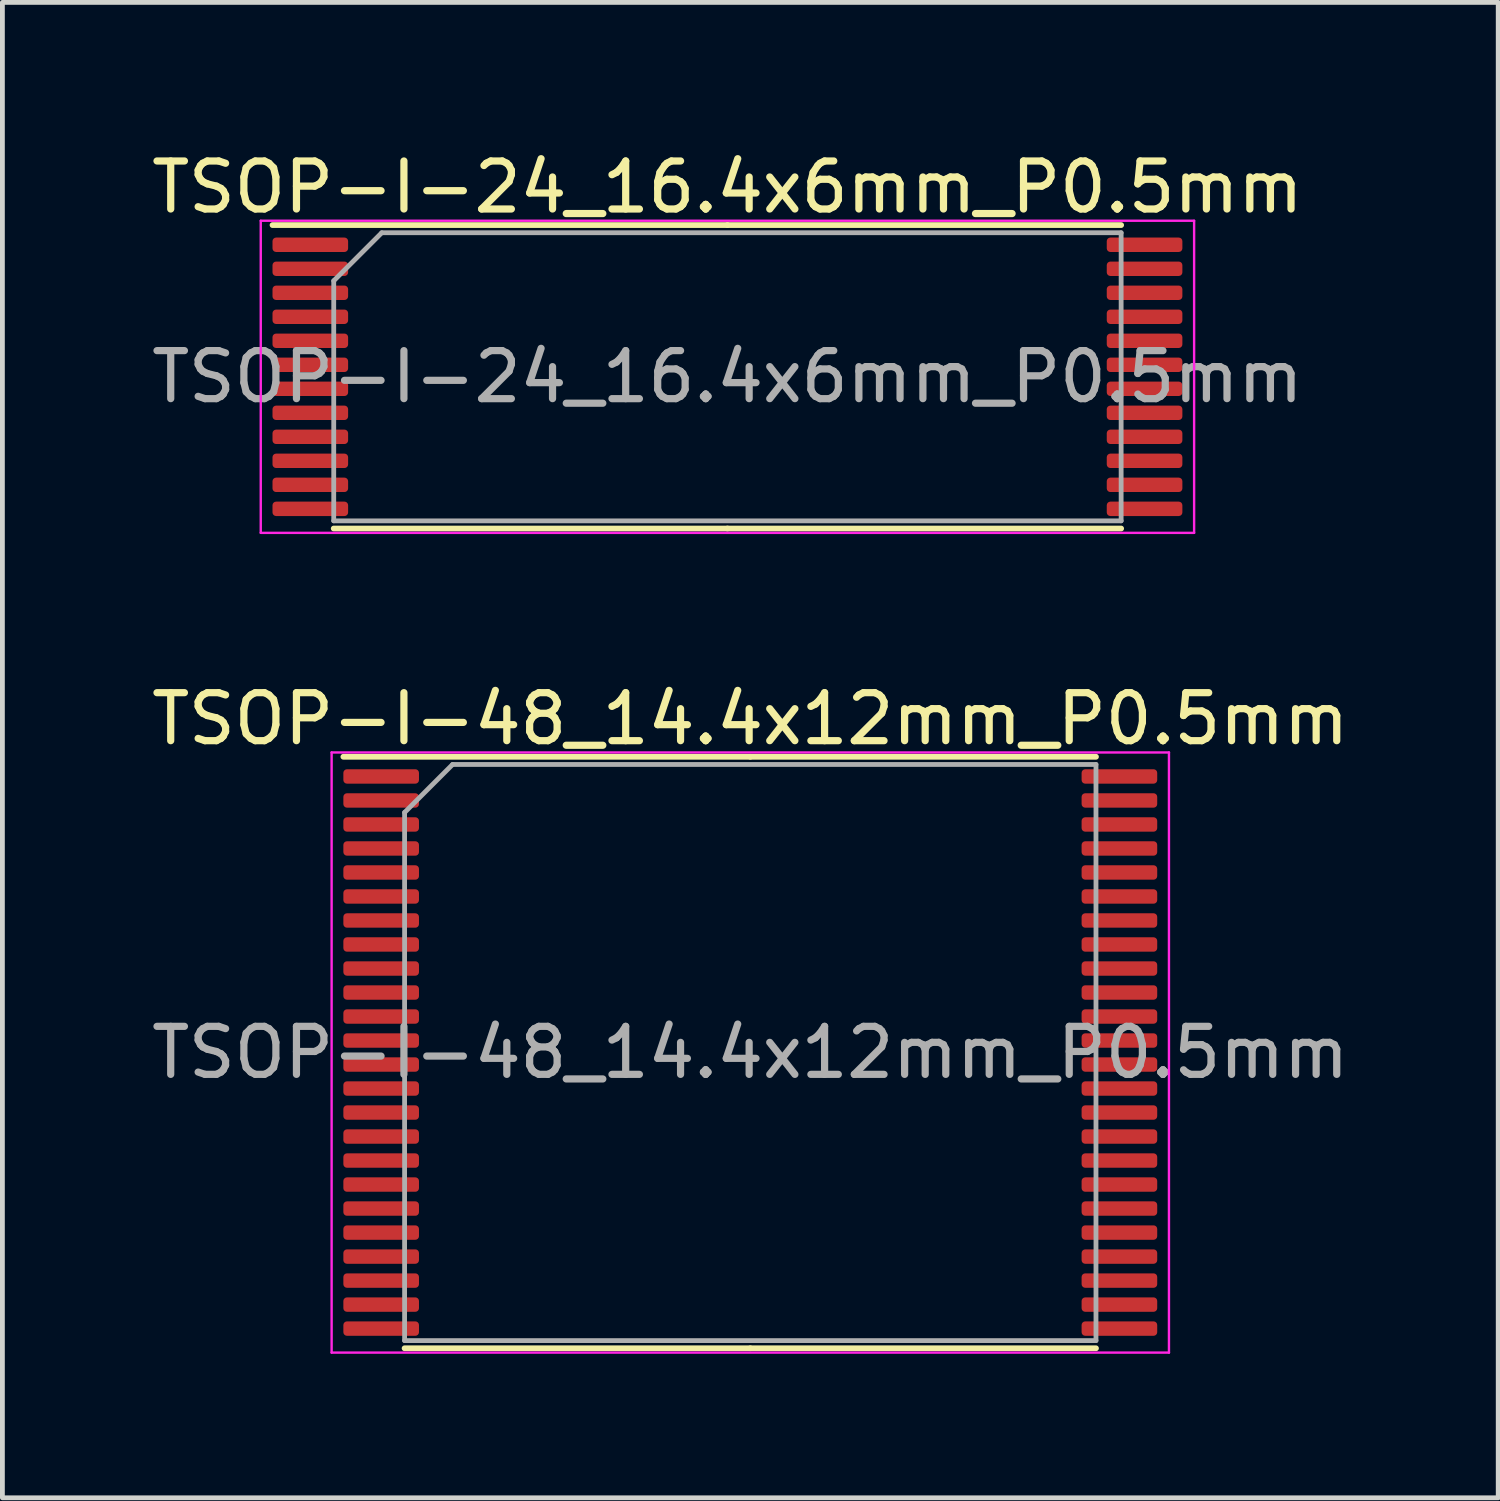
<source format=kicad_pcb>
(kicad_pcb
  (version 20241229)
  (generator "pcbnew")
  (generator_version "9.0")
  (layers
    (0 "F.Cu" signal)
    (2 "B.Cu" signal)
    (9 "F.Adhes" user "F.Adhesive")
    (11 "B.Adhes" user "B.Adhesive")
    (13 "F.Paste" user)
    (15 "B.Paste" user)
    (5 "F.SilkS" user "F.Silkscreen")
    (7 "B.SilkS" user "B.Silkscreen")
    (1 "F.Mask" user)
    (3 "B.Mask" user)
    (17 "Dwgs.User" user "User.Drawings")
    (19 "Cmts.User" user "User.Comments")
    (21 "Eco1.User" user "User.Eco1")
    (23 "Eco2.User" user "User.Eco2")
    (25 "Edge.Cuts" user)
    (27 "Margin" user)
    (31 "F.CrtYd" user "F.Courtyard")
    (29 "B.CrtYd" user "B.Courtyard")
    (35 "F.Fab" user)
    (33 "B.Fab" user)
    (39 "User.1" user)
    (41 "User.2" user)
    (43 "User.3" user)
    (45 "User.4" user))
  (footprint "TSOP-I-24_16.4x6mm_P0.5mm"
    (layer "F.Cu")
    (at 12.101 4.798)
    (property "Reference" "TSOP-I-24_16.4x6mm_P0.5mm" (at 0 -3.95 0) (layer "F.SilkS") (effects (font (size 1 1) (thickness 0.15))))
    (attr smd)
    (fp_line (start 0 -3.16) (end -9.475 -3.16) (stroke (width 0.12) (type solid)) (layer "F.SilkS"))
    (fp_line (start 0 -3.16) (end 8.2 -3.16) (stroke (width 0.12) (type solid)) (layer "F.SilkS"))
    (fp_line (start 0 3.16) (end -8.2 3.16) (stroke (width 0.12) (type solid)) (layer "F.SilkS"))
    (fp_line (start 0 3.16) (end 8.2 3.16) (stroke (width 0.12) (type solid)) (layer "F.SilkS"))
    (fp_line (start -9.72 -3.25) (end -9.72 3.25) (stroke (width 0.05) (type solid)) (layer "F.CrtYd"))
    (fp_line (start -9.72 3.25) (end 9.72 3.25) (stroke (width 0.05) (type solid)) (layer "F.CrtYd"))
    (fp_line (start 9.72 -3.25) (end -9.72 -3.25) (stroke (width 0.05) (type solid)) (layer "F.CrtYd"))
    (fp_line (start 9.72 3.25) (end 9.72 -3.25) (stroke (width 0.05) (type solid)) (layer "F.CrtYd"))
    (fp_line (start -8.2 -2) (end -7.2 -3) (stroke (width 0.1) (type solid)) (layer "F.Fab"))
    (fp_line (start -8.2 3) (end -8.2 -2) (stroke (width 0.1) (type solid)) (layer "F.Fab"))
    (fp_line (start -7.2 -3) (end 8.2 -3) (stroke (width 0.1) (type solid)) (layer "F.Fab"))
    (fp_line (start 8.2 -3) (end 8.2 3) (stroke (width 0.1) (type solid)) (layer "F.Fab"))
    (fp_line (start 8.2 3) (end -8.2 3) (stroke (width 0.1) (type solid)) (layer "F.Fab"))
    (fp_text user "${REFERENCE}" (at 0 0 0) (layer "F.Fab") (effects (font (size 1 1) (thickness 0.15))))
    (pad "1" smd roundrect (at -8.688 -2.75) (size 1.575 0.3) (layers "F.Cu" "F.Mask" "F.Paste") (roundrect_rratio 0.25))
    (pad "2" smd roundrect (at -8.688 -2.25) (size 1.575 0.3) (layers "F.Cu" "F.Mask" "F.Paste") (roundrect_rratio 0.25))
    (pad "3" smd roundrect (at -8.688 -1.75) (size 1.575 0.3) (layers "F.Cu" "F.Mask" "F.Paste") (roundrect_rratio 0.25))
    (pad "4" smd roundrect (at -8.688 -1.25) (size 1.575 0.3) (layers "F.Cu" "F.Mask" "F.Paste") (roundrect_rratio 0.25))
    (pad "5" smd roundrect (at -8.688 -0.75) (size 1.575 0.3) (layers "F.Cu" "F.Mask" "F.Paste") (roundrect_rratio 0.25))
    (pad "6" smd roundrect (at -8.688 -0.25) (size 1.575 0.3) (layers "F.Cu" "F.Mask" "F.Paste") (roundrect_rratio 0.25))
    (pad "7" smd roundrect (at -8.688 0.25) (size 1.575 0.3) (layers "F.Cu" "F.Mask" "F.Paste") (roundrect_rratio 0.25))
    (pad "8" smd roundrect (at -8.688 0.75) (size 1.575 0.3) (layers "F.Cu" "F.Mask" "F.Paste") (roundrect_rratio 0.25))
    (pad "9" smd roundrect (at -8.688 1.25) (size 1.575 0.3) (layers "F.Cu" "F.Mask" "F.Paste") (roundrect_rratio 0.25))
    (pad "10" smd roundrect (at -8.688 1.75) (size 1.575 0.3) (layers "F.Cu" "F.Mask" "F.Paste") (roundrect_rratio 0.25))
    (pad "11" smd roundrect (at -8.688 2.25) (size 1.575 0.3) (layers "F.Cu" "F.Mask" "F.Paste") (roundrect_rratio 0.25))
    (pad "12" smd roundrect (at -8.688 2.75) (size 1.575 0.3) (layers "F.Cu" "F.Mask" "F.Paste") (roundrect_rratio 0.25))
    (pad "13" smd roundrect (at 8.688 2.75) (size 1.575 0.3) (layers "F.Cu" "F.Mask" "F.Paste") (roundrect_rratio 0.25))
    (pad "14" smd roundrect (at 8.688 2.25) (size 1.575 0.3) (layers "F.Cu" "F.Mask" "F.Paste") (roundrect_rratio 0.25))
    (pad "15" smd roundrect (at 8.688 1.75) (size 1.575 0.3) (layers "F.Cu" "F.Mask" "F.Paste") (roundrect_rratio 0.25))
    (pad "16" smd roundrect (at 8.688 1.25) (size 1.575 0.3) (layers "F.Cu" "F.Mask" "F.Paste") (roundrect_rratio 0.25))
    (pad "17" smd roundrect (at 8.688 0.75) (size 1.575 0.3) (layers "F.Cu" "F.Mask" "F.Paste") (roundrect_rratio 0.25))
    (pad "18" smd roundrect (at 8.688 0.25) (size 1.575 0.3) (layers "F.Cu" "F.Mask" "F.Paste") (roundrect_rratio 0.25))
    (pad "19" smd roundrect (at 8.688 -0.25) (size 1.575 0.3) (layers "F.Cu" "F.Mask" "F.Paste") (roundrect_rratio 0.25))
    (pad "20" smd roundrect (at 8.688 -0.75) (size 1.575 0.3) (layers "F.Cu" "F.Mask" "F.Paste") (roundrect_rratio 0.25))
    (pad "21" smd roundrect (at 8.688 -1.25) (size 1.575 0.3) (layers "F.Cu" "F.Mask" "F.Paste") (roundrect_rratio 0.25))
    (pad "22" smd roundrect (at 8.688 -1.75) (size 1.575 0.3) (layers "F.Cu" "F.Mask" "F.Paste") (roundrect_rratio 0.25))
    (pad "23" smd roundrect (at 8.688 -2.25) (size 1.575 0.3) (layers "F.Cu" "F.Mask" "F.Paste") (roundrect_rratio 0.25))
    (pad "24" smd roundrect (at 8.688 -2.75) (size 1.575 0.3) (layers "F.Cu" "F.Mask" "F.Paste") (roundrect_rratio 0.25)))
  (footprint "TSOP-I-48_14.4x12mm_P0.5mm"
    (layer "F.Cu")
    (at 12.577 18.872)
    (property "Reference" "TSOP-I-48_14.4x12mm_P0.5mm" (at 0 -6.95 0) (layer "F.SilkS") (effects (font (size 1 1) (thickness 0.15))))
    (attr smd)
    (fp_line (start 0 -6.16) (end -8.475 -6.16) (stroke (width 0.12) (type solid)) (layer "F.SilkS"))
    (fp_line (start 0 -6.16) (end 7.2 -6.16) (stroke (width 0.12) (type solid)) (layer "F.SilkS"))
    (fp_line (start 0 6.16) (end -7.2 6.16) (stroke (width 0.12) (type solid)) (layer "F.SilkS"))
    (fp_line (start 0 6.16) (end 7.2 6.16) (stroke (width 0.12) (type solid)) (layer "F.SilkS"))
    (fp_line (start -8.72 -6.25) (end -8.72 6.25) (stroke (width 0.05) (type solid)) (layer "F.CrtYd"))
    (fp_line (start -8.72 6.25) (end 8.72 6.25) (stroke (width 0.05) (type solid)) (layer "F.CrtYd"))
    (fp_line (start 8.72 -6.25) (end -8.72 -6.25) (stroke (width 0.05) (type solid)) (layer "F.CrtYd"))
    (fp_line (start 8.72 6.25) (end 8.72 -6.25) (stroke (width 0.05) (type solid)) (layer "F.CrtYd"))
    (fp_line (start -7.2 -5) (end -6.2 -6) (stroke (width 0.1) (type solid)) (layer "F.Fab"))
    (fp_line (start -7.2 6) (end -7.2 -5) (stroke (width 0.1) (type solid)) (layer "F.Fab"))
    (fp_line (start -6.2 -6) (end 7.2 -6) (stroke (width 0.1) (type solid)) (layer "F.Fab"))
    (fp_line (start 7.2 -6) (end 7.2 6) (stroke (width 0.1) (type solid)) (layer "F.Fab"))
    (fp_line (start 7.2 6) (end -7.2 6) (stroke (width 0.1) (type solid)) (layer "F.Fab"))
    (fp_text user "${REFERENCE}" (at 0 0 0) (layer "F.Fab") (effects (font (size 1 1) (thickness 0.15))))
    (pad "1" smd roundrect (at -7.688 -5.75) (size 1.575 0.3) (layers "F.Cu" "F.Mask" "F.Paste") (roundrect_rratio 0.25))
    (pad "2" smd roundrect (at -7.688 -5.25) (size 1.575 0.3) (layers "F.Cu" "F.Mask" "F.Paste") (roundrect_rratio 0.25))
    (pad "3" smd roundrect (at -7.688 -4.75) (size 1.575 0.3) (layers "F.Cu" "F.Mask" "F.Paste") (roundrect_rratio 0.25))
    (pad "4" smd roundrect (at -7.688 -4.25) (size 1.575 0.3) (layers "F.Cu" "F.Mask" "F.Paste") (roundrect_rratio 0.25))
    (pad "5" smd roundrect (at -7.688 -3.75) (size 1.575 0.3) (layers "F.Cu" "F.Mask" "F.Paste") (roundrect_rratio 0.25))
    (pad "6" smd roundrect (at -7.688 -3.25) (size 1.575 0.3) (layers "F.Cu" "F.Mask" "F.Paste") (roundrect_rratio 0.25))
    (pad "7" smd roundrect (at -7.688 -2.75) (size 1.575 0.3) (layers "F.Cu" "F.Mask" "F.Paste") (roundrect_rratio 0.25))
    (pad "8" smd roundrect (at -7.688 -2.25) (size 1.575 0.3) (layers "F.Cu" "F.Mask" "F.Paste") (roundrect_rratio 0.25))
    (pad "9" smd roundrect (at -7.688 -1.75) (size 1.575 0.3) (layers "F.Cu" "F.Mask" "F.Paste") (roundrect_rratio 0.25))
    (pad "10" smd roundrect (at -7.688 -1.25) (size 1.575 0.3) (layers "F.Cu" "F.Mask" "F.Paste") (roundrect_rratio 0.25))
    (pad "11" smd roundrect (at -7.688 -0.75) (size 1.575 0.3) (layers "F.Cu" "F.Mask" "F.Paste") (roundrect_rratio 0.25))
    (pad "12" smd roundrect (at -7.688 -0.25) (size 1.575 0.3) (layers "F.Cu" "F.Mask" "F.Paste") (roundrect_rratio 0.25))
    (pad "13" smd roundrect (at -7.688 0.25) (size 1.575 0.3) (layers "F.Cu" "F.Mask" "F.Paste") (roundrect_rratio 0.25))
    (pad "14" smd roundrect (at -7.688 0.75) (size 1.575 0.3) (layers "F.Cu" "F.Mask" "F.Paste") (roundrect_rratio 0.25))
    (pad "15" smd roundrect (at -7.688 1.25) (size 1.575 0.3) (layers "F.Cu" "F.Mask" "F.Paste") (roundrect_rratio 0.25))
    (pad "16" smd roundrect (at -7.688 1.75) (size 1.575 0.3) (layers "F.Cu" "F.Mask" "F.Paste") (roundrect_rratio 0.25))
    (pad "17" smd roundrect (at -7.688 2.25) (size 1.575 0.3) (layers "F.Cu" "F.Mask" "F.Paste") (roundrect_rratio 0.25))
    (pad "18" smd roundrect (at -7.688 2.75) (size 1.575 0.3) (layers "F.Cu" "F.Mask" "F.Paste") (roundrect_rratio 0.25))
    (pad "19" smd roundrect (at -7.688 3.25) (size 1.575 0.3) (layers "F.Cu" "F.Mask" "F.Paste") (roundrect_rratio 0.25))
    (pad "20" smd roundrect (at -7.688 3.75) (size 1.575 0.3) (layers "F.Cu" "F.Mask" "F.Paste") (roundrect_rratio 0.25))
    (pad "21" smd roundrect (at -7.688 4.25) (size 1.575 0.3) (layers "F.Cu" "F.Mask" "F.Paste") (roundrect_rratio 0.25))
    (pad "22" smd roundrect (at -7.688 4.75) (size 1.575 0.3) (layers "F.Cu" "F.Mask" "F.Paste") (roundrect_rratio 0.25))
    (pad "23" smd roundrect (at -7.688 5.25) (size 1.575 0.3) (layers "F.Cu" "F.Mask" "F.Paste") (roundrect_rratio 0.25))
    (pad "24" smd roundrect (at -7.688 5.75) (size 1.575 0.3) (layers "F.Cu" "F.Mask" "F.Paste") (roundrect_rratio 0.25))
    (pad "25" smd roundrect (at 7.688 5.75) (size 1.575 0.3) (layers "F.Cu" "F.Mask" "F.Paste") (roundrect_rratio 0.25))
    (pad "26" smd roundrect (at 7.688 5.25) (size 1.575 0.3) (layers "F.Cu" "F.Mask" "F.Paste") (roundrect_rratio 0.25))
    (pad "27" smd roundrect (at 7.688 4.75) (size 1.575 0.3) (layers "F.Cu" "F.Mask" "F.Paste") (roundrect_rratio 0.25))
    (pad "28" smd roundrect (at 7.688 4.25) (size 1.575 0.3) (layers "F.Cu" "F.Mask" "F.Paste") (roundrect_rratio 0.25))
    (pad "29" smd roundrect (at 7.688 3.75) (size 1.575 0.3) (layers "F.Cu" "F.Mask" "F.Paste") (roundrect_rratio 0.25))
    (pad "30" smd roundrect (at 7.688 3.25) (size 1.575 0.3) (layers "F.Cu" "F.Mask" "F.Paste") (roundrect_rratio 0.25))
    (pad "31" smd roundrect (at 7.688 2.75) (size 1.575 0.3) (layers "F.Cu" "F.Mask" "F.Paste") (roundrect_rratio 0.25))
    (pad "32" smd roundrect (at 7.688 2.25) (size 1.575 0.3) (layers "F.Cu" "F.Mask" "F.Paste") (roundrect_rratio 0.25))
    (pad "33" smd roundrect (at 7.688 1.75) (size 1.575 0.3) (layers "F.Cu" "F.Mask" "F.Paste") (roundrect_rratio 0.25))
    (pad "34" smd roundrect (at 7.688 1.25) (size 1.575 0.3) (layers "F.Cu" "F.Mask" "F.Paste") (roundrect_rratio 0.25))
    (pad "35" smd roundrect (at 7.688 0.75) (size 1.575 0.3) (layers "F.Cu" "F.Mask" "F.Paste") (roundrect_rratio 0.25))
    (pad "36" smd roundrect (at 7.688 0.25) (size 1.575 0.3) (layers "F.Cu" "F.Mask" "F.Paste") (roundrect_rratio 0.25))
    (pad "37" smd roundrect (at 7.688 -0.25) (size 1.575 0.3) (layers "F.Cu" "F.Mask" "F.Paste") (roundrect_rratio 0.25))
    (pad "38" smd roundrect (at 7.688 -0.75) (size 1.575 0.3) (layers "F.Cu" "F.Mask" "F.Paste") (roundrect_rratio 0.25))
    (pad "39" smd roundrect (at 7.688 -1.25) (size 1.575 0.3) (layers "F.Cu" "F.Mask" "F.Paste") (roundrect_rratio 0.25))
    (pad "40" smd roundrect (at 7.688 -1.75) (size 1.575 0.3) (layers "F.Cu" "F.Mask" "F.Paste") (roundrect_rratio 0.25))
    (pad "41" smd roundrect (at 7.688 -2.25) (size 1.575 0.3) (layers "F.Cu" "F.Mask" "F.Paste") (roundrect_rratio 0.25))
    (pad "42" smd roundrect (at 7.688 -2.75) (size 1.575 0.3) (layers "F.Cu" "F.Mask" "F.Paste") (roundrect_rratio 0.25))
    (pad "43" smd roundrect (at 7.688 -3.25) (size 1.575 0.3) (layers "F.Cu" "F.Mask" "F.Paste") (roundrect_rratio 0.25))
    (pad "44" smd roundrect (at 7.688 -3.75) (size 1.575 0.3) (layers "F.Cu" "F.Mask" "F.Paste") (roundrect_rratio 0.25))
    (pad "45" smd roundrect (at 7.688 -4.25) (size 1.575 0.3) (layers "F.Cu" "F.Mask" "F.Paste") (roundrect_rratio 0.25))
    (pad "46" smd roundrect (at 7.688 -4.75) (size 1.575 0.3) (layers "F.Cu" "F.Mask" "F.Paste") (roundrect_rratio 0.25))
    (pad "47" smd roundrect (at 7.688 -5.25) (size 1.575 0.3) (layers "F.Cu" "F.Mask" "F.Paste") (roundrect_rratio 0.25))
    (pad "48" smd roundrect (at 7.688 -5.75) (size 1.575 0.3) (layers "F.Cu" "F.Mask" "F.Paste") (roundrect_rratio 0.25)))
  (gr_rect
    (start -3 -3)
    (end 28.155 28.146)
    (stroke (width 0.1) (type default))
    (fill no)
    (layer "Edge.Cuts")))
</source>
